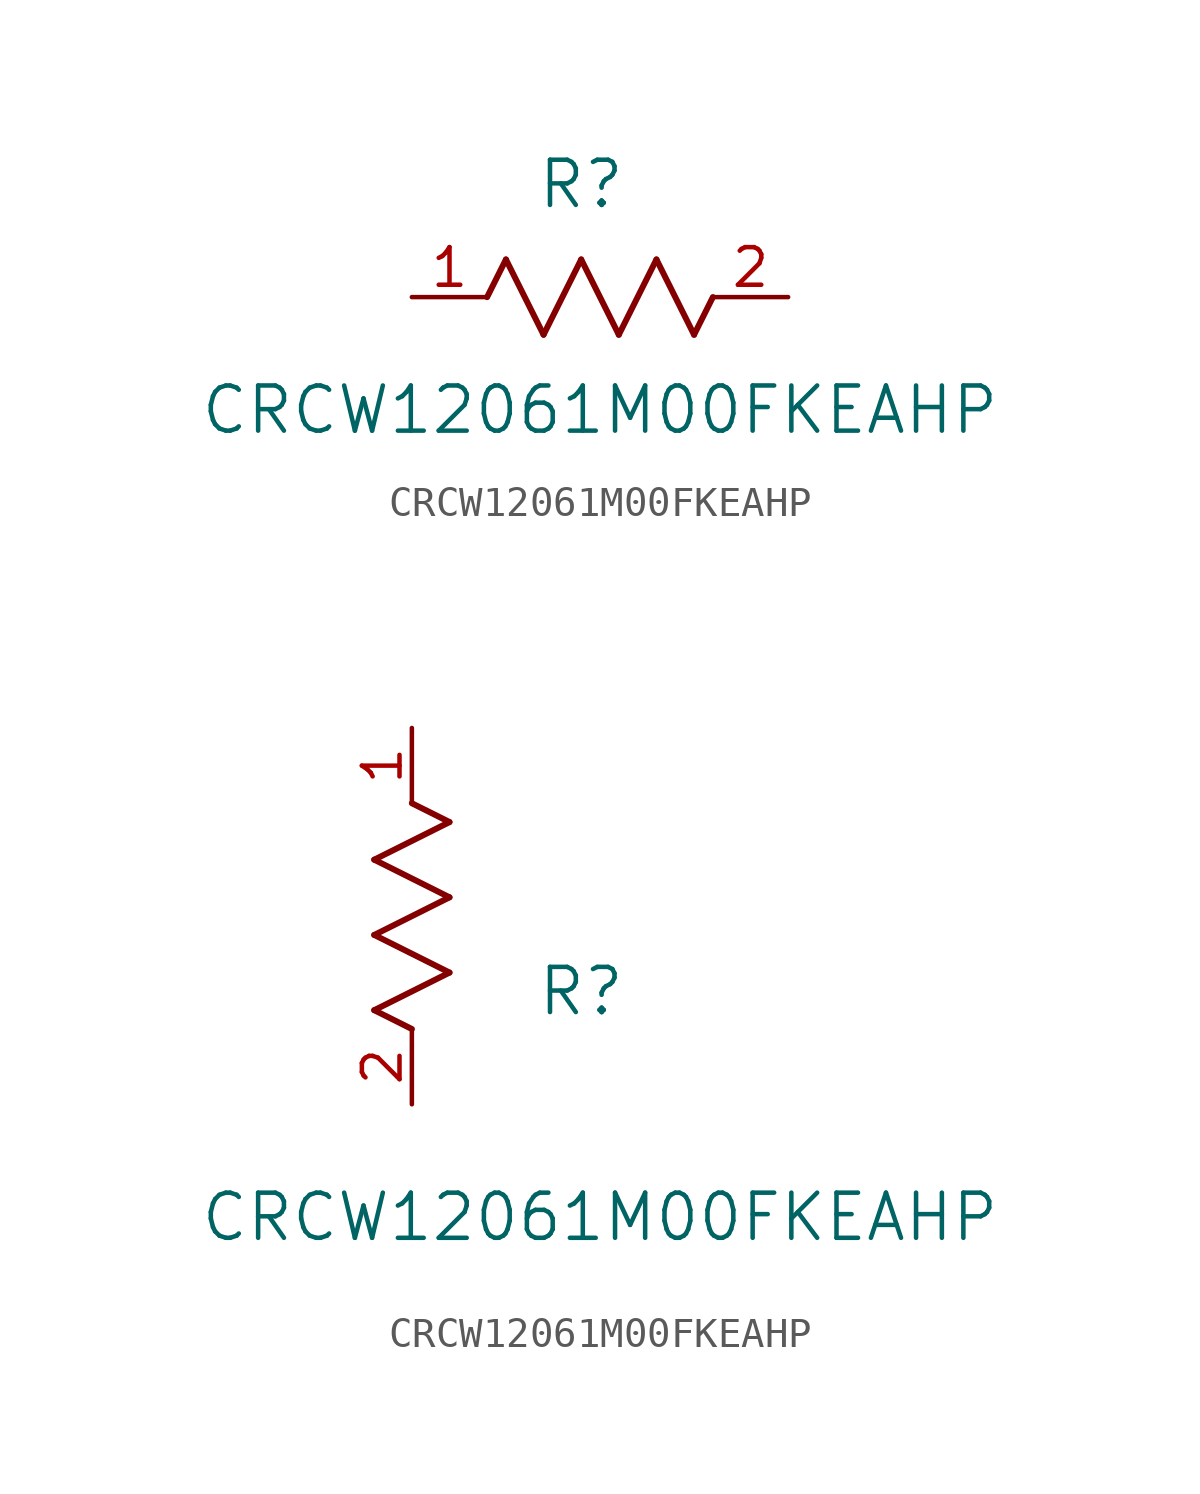
<source format=kicad_sym>
(kicad_symbol_lib
  (version 20211014)
  (generator kicad_symbol_editor)
  (symbol "CRCW12061M00FKEAHP"
    (pin_names
      (offset 0.254))
    (property "Reference" "R"
      (at 5.715 3.81 0)
      (effects (font (size 1.524 1.524))))
    (property "Value" "CRCW12061M00FKEAHP"
      (at 6.35 -3.81 0)
      (effects (font (size 1.524 1.524))))
    (symbol "CRCW12061M00FKEAHP_1_1"
      (polyline (pts (xy 3.175 1.27) (xy 4.445 -1.27)) (stroke (width 0.203) (type default) (color 0 0 0 0)) (fill (type none)))
      (polyline (pts (xy 4.445 -1.27) (xy 5.715 1.27)) (stroke (width 0.203) (type default) (color 0 0 0 0)) (fill (type none)))
      (polyline (pts (xy 5.715 1.27) (xy 6.985 -1.27)) (stroke (width 0.203) (type default) (color 0 0 0 0)) (fill (type none)))
      (polyline (pts (xy 6.985 -1.27) (xy 8.255 1.27)) (stroke (width 0.203) (type default) (color 0 0 0 0)) (fill (type none)))
      (polyline (pts (xy 8.255 1.27) (xy 9.525 -1.27)) (stroke (width 0.203) (type default) (color 0 0 0 0)) (fill (type none)))
      (polyline (pts (xy 2.54 0) (xy 3.175 1.27)) (stroke (width 0.203) (type default) (color 0 0 0 0)) (fill (type none)))
      (polyline (pts (xy 9.525 -1.27) (xy 10.16 0)) (stroke (width 0.203) (type default) (color 0 0 0 0)) (fill (type none)))
      (pin unspecified line (at 0 0 0) (length 2.54) (name "" (effects (font (size 1.27 1.27)))) (number "1" (effects (font (size 1.27 1.27)))))
      (pin unspecified line (at 12.7 0 180) (length 2.54) (name "" (effects (font (size 1.27 1.27)))) (number "2" (effects (font (size 1.27 1.27))))))
    (symbol "CRCW12061M00FKEAHP_1_2"
      (polyline (pts (xy 0 2.54) (xy -1.27 3.175)) (stroke (width 0.203) (type default) (color 0 0 0 0)) (fill (type none)))
      (polyline (pts (xy -1.27 3.175) (xy 1.27 4.445)) (stroke (width 0.203) (type default) (color 0 0 0 0)) (fill (type none)))
      (polyline (pts (xy 1.27 4.445) (xy -1.27 5.715)) (stroke (width 0.203) (type default) (color 0 0 0 0)) (fill (type none)))
      (polyline (pts (xy -1.27 5.715) (xy 1.27 6.985)) (stroke (width 0.203) (type default) (color 0 0 0 0)) (fill (type none)))
      (polyline (pts (xy -1.27 8.255) (xy 1.27 9.525)) (stroke (width 0.203) (type default) (color 0 0 0 0)) (fill (type none)))
      (polyline (pts (xy 1.27 9.525) (xy 0 10.16)) (stroke (width 0.203) (type default) (color 0 0 0 0)) (fill (type none)))
      (polyline (pts (xy 1.27 6.985) (xy -1.27 8.255)) (stroke (width 0.203) (type default) (color 0 0 0 0)) (fill (type none)))
      (pin unspecified line (at 0 12.7 270) (length 2.54) (name "" (effects (font (size 1.27 1.27)))) (number "1" (effects (font (size 1.27 1.27)))))
      (pin unspecified line (at 0 0 90) (length 2.54) (name "" (effects (font (size 1.27 1.27)))) (number "2" (effects (font (size 1.27 1.27))))))))
</source>
